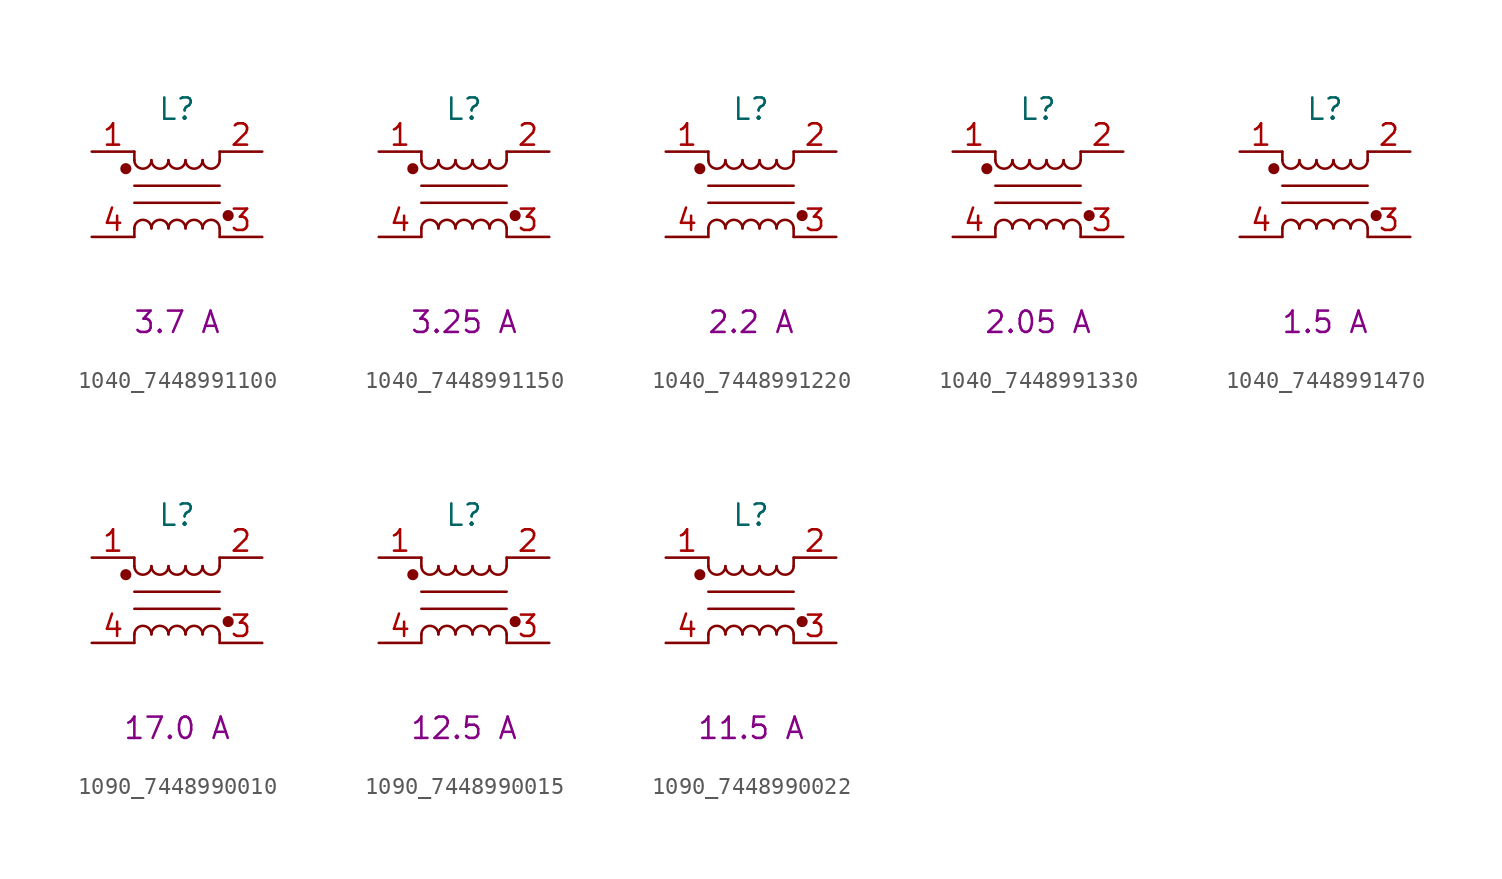
<source format=kicad_sym>
(kicad_symbol_lib
  (version 20220914)
  (generator kicad_symbol_editor)
  (symbol "1040_7448991100"
    (pin_names hide)
    (property "Reference" "L"
      (at 0 5.08 0)
      (effects (font (size 1.27 1.27))))
    (property "Critical Parameter" "3.7 A"
      (at 0 -7.62 0)
      (effects (font (size 1.27 1.27))))
    (symbol "1040_7448991100_0_1"
      (circle (center -3.048 1.524) (radius 0.254) (stroke (width 0) (type default)) (fill (type outline)))
      (arc (start -2.54 2.032) (mid -2.032 1.5262) (end -1.524 2.032) (stroke (width 0) (type default)) (fill (type none)))
      (arc (start -1.524 -2.032) (mid -2.032 -1.5262) (end -2.54 -2.032) (stroke (width 0) (type default)) (fill (type none)))
      (arc (start -1.524 2.032) (mid -1.016 1.5262) (end -0.508 2.032) (stroke (width 0) (type default)) (fill (type none)))
      (arc (start -0.508 -2.032) (mid -1.016 -1.5262) (end -1.524 -2.032) (stroke (width 0) (type default)) (fill (type none)))
      (arc (start -0.508 2.032) (mid 0 1.5262) (end 0.508 2.032) (stroke (width 0) (type default)) (fill (type none)))
      (polyline (pts (xy -2.54 -2.032) (xy -2.54 -2.54)) (stroke (width 0) (type default)) (fill (type none)))
      (polyline (pts (xy -2.54 0.508) (xy 2.54 0.508)) (stroke (width 0) (type default)) (fill (type none)))
      (polyline (pts (xy -2.54 2.032) (xy -2.54 2.54)) (stroke (width 0) (type default)) (fill (type none)))
      (polyline (pts (xy 2.54 -2.032) (xy 2.54 -2.54)) (stroke (width 0) (type default)) (fill (type none)))
      (polyline (pts (xy 2.54 -0.508) (xy -2.54 -0.508)) (stroke (width 0) (type default)) (fill (type none)))
      (polyline (pts (xy 2.54 2.54) (xy 2.54 2.032)) (stroke (width 0) (type default)) (fill (type none)))
      (arc (start 0.508 -2.032) (mid 0 -1.5262) (end -0.508 -2.032) (stroke (width 0) (type default)) (fill (type none)))
      (arc (start 0.508 2.032) (mid 1.016 1.5262) (end 1.524 2.032) (stroke (width 0) (type default)) (fill (type none)))
      (arc (start 1.524 -2.032) (mid 1.016 -1.5262) (end 0.508 -2.032) (stroke (width 0) (type default)) (fill (type none)))
      (arc (start 1.524 2.032) (mid 2.032 1.5262) (end 2.54 2.032) (stroke (width 0) (type default)) (fill (type none)))
      (arc (start 2.54 -2.032) (mid 2.032 -1.5262) (end 1.524 -2.032) (stroke (width 0) (type default)) (fill (type none)))
      (circle (center 3.048 -1.27) (radius 0.254) (stroke (width 0) (type default)) (fill (type outline))))
    (symbol "1040_7448991100_1_1"
      (pin passive line (at -5.08 2.54 0) (length 2.54) (name "1" (effects (font (size 1.27 1.27)))) (number "1" (effects (font (size 1.27 1.27)))))
      (pin passive line (at 5.08 2.54 180) (length 2.54) (name "2" (effects (font (size 1.27 1.27)))) (number "2" (effects (font (size 1.27 1.27)))))
      (pin passive line (at 5.08 -2.54 180) (length 2.54) (name "3" (effects (font (size 1.27 1.27)))) (number "3" (effects (font (size 1.27 1.27)))))
      (pin passive line (at -5.08 -2.54 0) (length 2.54) (name "4" (effects (font (size 1.27 1.27)))) (number "4" (effects (font (size 1.27 1.27)))))))
  (symbol "1040_7448991150"
    (pin_names hide)
    (property "Reference" "L"
      (at 0 5.08 0)
      (effects (font (size 1.27 1.27))))
    (property "Critical Parameter" "3.25 A"
      (at 0 -7.62 0)
      (effects (font (size 1.27 1.27))))
    (symbol "1040_7448991150_0_1"
      (circle (center -3.048 1.524) (radius 0.254) (stroke (width 0) (type default)) (fill (type outline)))
      (arc (start -2.54 2.032) (mid -2.032 1.5262) (end -1.524 2.032) (stroke (width 0) (type default)) (fill (type none)))
      (arc (start -1.524 -2.032) (mid -2.032 -1.5262) (end -2.54 -2.032) (stroke (width 0) (type default)) (fill (type none)))
      (arc (start -1.524 2.032) (mid -1.016 1.5262) (end -0.508 2.032) (stroke (width 0) (type default)) (fill (type none)))
      (arc (start -0.508 -2.032) (mid -1.016 -1.5262) (end -1.524 -2.032) (stroke (width 0) (type default)) (fill (type none)))
      (arc (start -0.508 2.032) (mid 0 1.5262) (end 0.508 2.032) (stroke (width 0) (type default)) (fill (type none)))
      (polyline (pts (xy -2.54 -2.032) (xy -2.54 -2.54)) (stroke (width 0) (type default)) (fill (type none)))
      (polyline (pts (xy -2.54 0.508) (xy 2.54 0.508)) (stroke (width 0) (type default)) (fill (type none)))
      (polyline (pts (xy -2.54 2.032) (xy -2.54 2.54)) (stroke (width 0) (type default)) (fill (type none)))
      (polyline (pts (xy 2.54 -2.032) (xy 2.54 -2.54)) (stroke (width 0) (type default)) (fill (type none)))
      (polyline (pts (xy 2.54 -0.508) (xy -2.54 -0.508)) (stroke (width 0) (type default)) (fill (type none)))
      (polyline (pts (xy 2.54 2.54) (xy 2.54 2.032)) (stroke (width 0) (type default)) (fill (type none)))
      (arc (start 0.508 -2.032) (mid 0 -1.5262) (end -0.508 -2.032) (stroke (width 0) (type default)) (fill (type none)))
      (arc (start 0.508 2.032) (mid 1.016 1.5262) (end 1.524 2.032) (stroke (width 0) (type default)) (fill (type none)))
      (arc (start 1.524 -2.032) (mid 1.016 -1.5262) (end 0.508 -2.032) (stroke (width 0) (type default)) (fill (type none)))
      (arc (start 1.524 2.032) (mid 2.032 1.5262) (end 2.54 2.032) (stroke (width 0) (type default)) (fill (type none)))
      (arc (start 2.54 -2.032) (mid 2.032 -1.5262) (end 1.524 -2.032) (stroke (width 0) (type default)) (fill (type none)))
      (circle (center 3.048 -1.27) (radius 0.254) (stroke (width 0) (type default)) (fill (type outline))))
    (symbol "1040_7448991150_1_1"
      (pin passive line (at -5.08 2.54 0) (length 2.54) (name "1" (effects (font (size 1.27 1.27)))) (number "1" (effects (font (size 1.27 1.27)))))
      (pin passive line (at 5.08 2.54 180) (length 2.54) (name "2" (effects (font (size 1.27 1.27)))) (number "2" (effects (font (size 1.27 1.27)))))
      (pin passive line (at 5.08 -2.54 180) (length 2.54) (name "3" (effects (font (size 1.27 1.27)))) (number "3" (effects (font (size 1.27 1.27)))))
      (pin passive line (at -5.08 -2.54 0) (length 2.54) (name "4" (effects (font (size 1.27 1.27)))) (number "4" (effects (font (size 1.27 1.27)))))))
  (symbol "1040_7448991220"
    (pin_names hide)
    (property "Reference" "L"
      (at 0 5.08 0)
      (effects (font (size 1.27 1.27))))
    (property "Critical Parameter" "2.2 A"
      (at 0 -7.62 0)
      (effects (font (size 1.27 1.27))))
    (symbol "1040_7448991220_0_1"
      (circle (center -3.048 1.524) (radius 0.254) (stroke (width 0) (type default)) (fill (type outline)))
      (arc (start -2.54 2.032) (mid -2.032 1.5262) (end -1.524 2.032) (stroke (width 0) (type default)) (fill (type none)))
      (arc (start -1.524 -2.032) (mid -2.032 -1.5262) (end -2.54 -2.032) (stroke (width 0) (type default)) (fill (type none)))
      (arc (start -1.524 2.032) (mid -1.016 1.5262) (end -0.508 2.032) (stroke (width 0) (type default)) (fill (type none)))
      (arc (start -0.508 -2.032) (mid -1.016 -1.5262) (end -1.524 -2.032) (stroke (width 0) (type default)) (fill (type none)))
      (arc (start -0.508 2.032) (mid 0 1.5262) (end 0.508 2.032) (stroke (width 0) (type default)) (fill (type none)))
      (polyline (pts (xy -2.54 -2.032) (xy -2.54 -2.54)) (stroke (width 0) (type default)) (fill (type none)))
      (polyline (pts (xy -2.54 0.508) (xy 2.54 0.508)) (stroke (width 0) (type default)) (fill (type none)))
      (polyline (pts (xy -2.54 2.032) (xy -2.54 2.54)) (stroke (width 0) (type default)) (fill (type none)))
      (polyline (pts (xy 2.54 -2.032) (xy 2.54 -2.54)) (stroke (width 0) (type default)) (fill (type none)))
      (polyline (pts (xy 2.54 -0.508) (xy -2.54 -0.508)) (stroke (width 0) (type default)) (fill (type none)))
      (polyline (pts (xy 2.54 2.54) (xy 2.54 2.032)) (stroke (width 0) (type default)) (fill (type none)))
      (arc (start 0.508 -2.032) (mid 0 -1.5262) (end -0.508 -2.032) (stroke (width 0) (type default)) (fill (type none)))
      (arc (start 0.508 2.032) (mid 1.016 1.5262) (end 1.524 2.032) (stroke (width 0) (type default)) (fill (type none)))
      (arc (start 1.524 -2.032) (mid 1.016 -1.5262) (end 0.508 -2.032) (stroke (width 0) (type default)) (fill (type none)))
      (arc (start 1.524 2.032) (mid 2.032 1.5262) (end 2.54 2.032) (stroke (width 0) (type default)) (fill (type none)))
      (arc (start 2.54 -2.032) (mid 2.032 -1.5262) (end 1.524 -2.032) (stroke (width 0) (type default)) (fill (type none)))
      (circle (center 3.048 -1.27) (radius 0.254) (stroke (width 0) (type default)) (fill (type outline))))
    (symbol "1040_7448991220_1_1"
      (pin passive line (at -5.08 2.54 0) (length 2.54) (name "1" (effects (font (size 1.27 1.27)))) (number "1" (effects (font (size 1.27 1.27)))))
      (pin passive line (at 5.08 2.54 180) (length 2.54) (name "2" (effects (font (size 1.27 1.27)))) (number "2" (effects (font (size 1.27 1.27)))))
      (pin passive line (at 5.08 -2.54 180) (length 2.54) (name "3" (effects (font (size 1.27 1.27)))) (number "3" (effects (font (size 1.27 1.27)))))
      (pin passive line (at -5.08 -2.54 0) (length 2.54) (name "4" (effects (font (size 1.27 1.27)))) (number "4" (effects (font (size 1.27 1.27)))))))
  (symbol "1040_7448991330"
    (pin_names hide)
    (property "Reference" "L"
      (at 0 5.08 0)
      (effects (font (size 1.27 1.27))))
    (property "Critical Parameter" "2.05 A"
      (at 0 -7.62 0)
      (effects (font (size 1.27 1.27))))
    (symbol "1040_7448991330_0_1"
      (circle (center -3.048 1.524) (radius 0.254) (stroke (width 0) (type default)) (fill (type outline)))
      (arc (start -2.54 2.032) (mid -2.032 1.5262) (end -1.524 2.032) (stroke (width 0) (type default)) (fill (type none)))
      (arc (start -1.524 -2.032) (mid -2.032 -1.5262) (end -2.54 -2.032) (stroke (width 0) (type default)) (fill (type none)))
      (arc (start -1.524 2.032) (mid -1.016 1.5262) (end -0.508 2.032) (stroke (width 0) (type default)) (fill (type none)))
      (arc (start -0.508 -2.032) (mid -1.016 -1.5262) (end -1.524 -2.032) (stroke (width 0) (type default)) (fill (type none)))
      (arc (start -0.508 2.032) (mid 0 1.5262) (end 0.508 2.032) (stroke (width 0) (type default)) (fill (type none)))
      (polyline (pts (xy -2.54 -2.032) (xy -2.54 -2.54)) (stroke (width 0) (type default)) (fill (type none)))
      (polyline (pts (xy -2.54 0.508) (xy 2.54 0.508)) (stroke (width 0) (type default)) (fill (type none)))
      (polyline (pts (xy -2.54 2.032) (xy -2.54 2.54)) (stroke (width 0) (type default)) (fill (type none)))
      (polyline (pts (xy 2.54 -2.032) (xy 2.54 -2.54)) (stroke (width 0) (type default)) (fill (type none)))
      (polyline (pts (xy 2.54 -0.508) (xy -2.54 -0.508)) (stroke (width 0) (type default)) (fill (type none)))
      (polyline (pts (xy 2.54 2.54) (xy 2.54 2.032)) (stroke (width 0) (type default)) (fill (type none)))
      (arc (start 0.508 -2.032) (mid 0 -1.5262) (end -0.508 -2.032) (stroke (width 0) (type default)) (fill (type none)))
      (arc (start 0.508 2.032) (mid 1.016 1.5262) (end 1.524 2.032) (stroke (width 0) (type default)) (fill (type none)))
      (arc (start 1.524 -2.032) (mid 1.016 -1.5262) (end 0.508 -2.032) (stroke (width 0) (type default)) (fill (type none)))
      (arc (start 1.524 2.032) (mid 2.032 1.5262) (end 2.54 2.032) (stroke (width 0) (type default)) (fill (type none)))
      (arc (start 2.54 -2.032) (mid 2.032 -1.5262) (end 1.524 -2.032) (stroke (width 0) (type default)) (fill (type none)))
      (circle (center 3.048 -1.27) (radius 0.254) (stroke (width 0) (type default)) (fill (type outline))))
    (symbol "1040_7448991330_1_1"
      (pin passive line (at -5.08 2.54 0) (length 2.54) (name "1" (effects (font (size 1.27 1.27)))) (number "1" (effects (font (size 1.27 1.27)))))
      (pin passive line (at 5.08 2.54 180) (length 2.54) (name "2" (effects (font (size 1.27 1.27)))) (number "2" (effects (font (size 1.27 1.27)))))
      (pin passive line (at 5.08 -2.54 180) (length 2.54) (name "3" (effects (font (size 1.27 1.27)))) (number "3" (effects (font (size 1.27 1.27)))))
      (pin passive line (at -5.08 -2.54 0) (length 2.54) (name "4" (effects (font (size 1.27 1.27)))) (number "4" (effects (font (size 1.27 1.27)))))))
  (symbol "1040_7448991470"
    (pin_names hide)
    (property "Reference" "L"
      (at 0 5.08 0)
      (effects (font (size 1.27 1.27))))
    (property "Critical Parameter" "1.5 A"
      (at 0 -7.62 0)
      (effects (font (size 1.27 1.27))))
    (symbol "1040_7448991470_0_1"
      (circle (center -3.048 1.524) (radius 0.254) (stroke (width 0) (type default)) (fill (type outline)))
      (arc (start -2.54 2.032) (mid -2.032 1.5262) (end -1.524 2.032) (stroke (width 0) (type default)) (fill (type none)))
      (arc (start -1.524 -2.032) (mid -2.032 -1.5262) (end -2.54 -2.032) (stroke (width 0) (type default)) (fill (type none)))
      (arc (start -1.524 2.032) (mid -1.016 1.5262) (end -0.508 2.032) (stroke (width 0) (type default)) (fill (type none)))
      (arc (start -0.508 -2.032) (mid -1.016 -1.5262) (end -1.524 -2.032) (stroke (width 0) (type default)) (fill (type none)))
      (arc (start -0.508 2.032) (mid 0 1.5262) (end 0.508 2.032) (stroke (width 0) (type default)) (fill (type none)))
      (polyline (pts (xy -2.54 -2.032) (xy -2.54 -2.54)) (stroke (width 0) (type default)) (fill (type none)))
      (polyline (pts (xy -2.54 0.508) (xy 2.54 0.508)) (stroke (width 0) (type default)) (fill (type none)))
      (polyline (pts (xy -2.54 2.032) (xy -2.54 2.54)) (stroke (width 0) (type default)) (fill (type none)))
      (polyline (pts (xy 2.54 -2.032) (xy 2.54 -2.54)) (stroke (width 0) (type default)) (fill (type none)))
      (polyline (pts (xy 2.54 -0.508) (xy -2.54 -0.508)) (stroke (width 0) (type default)) (fill (type none)))
      (polyline (pts (xy 2.54 2.54) (xy 2.54 2.032)) (stroke (width 0) (type default)) (fill (type none)))
      (arc (start 0.508 -2.032) (mid 0 -1.5262) (end -0.508 -2.032) (stroke (width 0) (type default)) (fill (type none)))
      (arc (start 0.508 2.032) (mid 1.016 1.5262) (end 1.524 2.032) (stroke (width 0) (type default)) (fill (type none)))
      (arc (start 1.524 -2.032) (mid 1.016 -1.5262) (end 0.508 -2.032) (stroke (width 0) (type default)) (fill (type none)))
      (arc (start 1.524 2.032) (mid 2.032 1.5262) (end 2.54 2.032) (stroke (width 0) (type default)) (fill (type none)))
      (arc (start 2.54 -2.032) (mid 2.032 -1.5262) (end 1.524 -2.032) (stroke (width 0) (type default)) (fill (type none)))
      (circle (center 3.048 -1.27) (radius 0.254) (stroke (width 0) (type default)) (fill (type outline))))
    (symbol "1040_7448991470_1_1"
      (pin passive line (at -5.08 2.54 0) (length 2.54) (name "1" (effects (font (size 1.27 1.27)))) (number "1" (effects (font (size 1.27 1.27)))))
      (pin passive line (at 5.08 2.54 180) (length 2.54) (name "2" (effects (font (size 1.27 1.27)))) (number "2" (effects (font (size 1.27 1.27)))))
      (pin passive line (at 5.08 -2.54 180) (length 2.54) (name "3" (effects (font (size 1.27 1.27)))) (number "3" (effects (font (size 1.27 1.27)))))
      (pin passive line (at -5.08 -2.54 0) (length 2.54) (name "4" (effects (font (size 1.27 1.27)))) (number "4" (effects (font (size 1.27 1.27)))))))
  (symbol "1090_7448990010"
    (pin_names hide)
    (property "Reference" "L"
      (at 0 5.08 0)
      (effects (font (size 1.27 1.27))))
    (property "Critical Parameter" "17.0 A"
      (at 0 -7.62 0)
      (effects (font (size 1.27 1.27))))
    (symbol "1090_7448990010_0_1"
      (circle (center -3.048 1.524) (radius 0.254) (stroke (width 0) (type default)) (fill (type outline)))
      (arc (start -2.54 2.032) (mid -2.032 1.5262) (end -1.524 2.032) (stroke (width 0) (type default)) (fill (type none)))
      (arc (start -1.524 -2.032) (mid -2.032 -1.5262) (end -2.54 -2.032) (stroke (width 0) (type default)) (fill (type none)))
      (arc (start -1.524 2.032) (mid -1.016 1.5262) (end -0.508 2.032) (stroke (width 0) (type default)) (fill (type none)))
      (arc (start -0.508 -2.032) (mid -1.016 -1.5262) (end -1.524 -2.032) (stroke (width 0) (type default)) (fill (type none)))
      (arc (start -0.508 2.032) (mid 0 1.5262) (end 0.508 2.032) (stroke (width 0) (type default)) (fill (type none)))
      (polyline (pts (xy -2.54 -2.032) (xy -2.54 -2.54)) (stroke (width 0) (type default)) (fill (type none)))
      (polyline (pts (xy -2.54 0.508) (xy 2.54 0.508)) (stroke (width 0) (type default)) (fill (type none)))
      (polyline (pts (xy -2.54 2.032) (xy -2.54 2.54)) (stroke (width 0) (type default)) (fill (type none)))
      (polyline (pts (xy 2.54 -2.032) (xy 2.54 -2.54)) (stroke (width 0) (type default)) (fill (type none)))
      (polyline (pts (xy 2.54 -0.508) (xy -2.54 -0.508)) (stroke (width 0) (type default)) (fill (type none)))
      (polyline (pts (xy 2.54 2.54) (xy 2.54 2.032)) (stroke (width 0) (type default)) (fill (type none)))
      (arc (start 0.508 -2.032) (mid 0 -1.5262) (end -0.508 -2.032) (stroke (width 0) (type default)) (fill (type none)))
      (arc (start 0.508 2.032) (mid 1.016 1.5262) (end 1.524 2.032) (stroke (width 0) (type default)) (fill (type none)))
      (arc (start 1.524 -2.032) (mid 1.016 -1.5262) (end 0.508 -2.032) (stroke (width 0) (type default)) (fill (type none)))
      (arc (start 1.524 2.032) (mid 2.032 1.5262) (end 2.54 2.032) (stroke (width 0) (type default)) (fill (type none)))
      (arc (start 2.54 -2.032) (mid 2.032 -1.5262) (end 1.524 -2.032) (stroke (width 0) (type default)) (fill (type none)))
      (circle (center 3.048 -1.27) (radius 0.254) (stroke (width 0) (type default)) (fill (type outline))))
    (symbol "1090_7448990010_1_1"
      (pin passive line (at -5.08 2.54 0) (length 2.54) (name "1" (effects (font (size 1.27 1.27)))) (number "1" (effects (font (size 1.27 1.27)))))
      (pin passive line (at 5.08 2.54 180) (length 2.54) (name "2" (effects (font (size 1.27 1.27)))) (number "2" (effects (font (size 1.27 1.27)))))
      (pin passive line (at 5.08 -2.54 180) (length 2.54) (name "3" (effects (font (size 1.27 1.27)))) (number "3" (effects (font (size 1.27 1.27)))))
      (pin passive line (at -5.08 -2.54 0) (length 2.54) (name "4" (effects (font (size 1.27 1.27)))) (number "4" (effects (font (size 1.27 1.27)))))))
  (symbol "1090_7448990015"
    (pin_names hide)
    (property "Reference" "L"
      (at 0 5.08 0)
      (effects (font (size 1.27 1.27))))
    (property "Critical Parameter" "12.5 A"
      (at 0 -7.62 0)
      (effects (font (size 1.27 1.27))))
    (symbol "1090_7448990015_0_1"
      (circle (center -3.048 1.524) (radius 0.254) (stroke (width 0) (type default)) (fill (type outline)))
      (arc (start -2.54 2.032) (mid -2.032 1.5262) (end -1.524 2.032) (stroke (width 0) (type default)) (fill (type none)))
      (arc (start -1.524 -2.032) (mid -2.032 -1.5262) (end -2.54 -2.032) (stroke (width 0) (type default)) (fill (type none)))
      (arc (start -1.524 2.032) (mid -1.016 1.5262) (end -0.508 2.032) (stroke (width 0) (type default)) (fill (type none)))
      (arc (start -0.508 -2.032) (mid -1.016 -1.5262) (end -1.524 -2.032) (stroke (width 0) (type default)) (fill (type none)))
      (arc (start -0.508 2.032) (mid 0 1.5262) (end 0.508 2.032) (stroke (width 0) (type default)) (fill (type none)))
      (polyline (pts (xy -2.54 -2.032) (xy -2.54 -2.54)) (stroke (width 0) (type default)) (fill (type none)))
      (polyline (pts (xy -2.54 0.508) (xy 2.54 0.508)) (stroke (width 0) (type default)) (fill (type none)))
      (polyline (pts (xy -2.54 2.032) (xy -2.54 2.54)) (stroke (width 0) (type default)) (fill (type none)))
      (polyline (pts (xy 2.54 -2.032) (xy 2.54 -2.54)) (stroke (width 0) (type default)) (fill (type none)))
      (polyline (pts (xy 2.54 -0.508) (xy -2.54 -0.508)) (stroke (width 0) (type default)) (fill (type none)))
      (polyline (pts (xy 2.54 2.54) (xy 2.54 2.032)) (stroke (width 0) (type default)) (fill (type none)))
      (arc (start 0.508 -2.032) (mid 0 -1.5262) (end -0.508 -2.032) (stroke (width 0) (type default)) (fill (type none)))
      (arc (start 0.508 2.032) (mid 1.016 1.5262) (end 1.524 2.032) (stroke (width 0) (type default)) (fill (type none)))
      (arc (start 1.524 -2.032) (mid 1.016 -1.5262) (end 0.508 -2.032) (stroke (width 0) (type default)) (fill (type none)))
      (arc (start 1.524 2.032) (mid 2.032 1.5262) (end 2.54 2.032) (stroke (width 0) (type default)) (fill (type none)))
      (arc (start 2.54 -2.032) (mid 2.032 -1.5262) (end 1.524 -2.032) (stroke (width 0) (type default)) (fill (type none)))
      (circle (center 3.048 -1.27) (radius 0.254) (stroke (width 0) (type default)) (fill (type outline))))
    (symbol "1090_7448990015_1_1"
      (pin passive line (at -5.08 2.54 0) (length 2.54) (name "1" (effects (font (size 1.27 1.27)))) (number "1" (effects (font (size 1.27 1.27)))))
      (pin passive line (at 5.08 2.54 180) (length 2.54) (name "2" (effects (font (size 1.27 1.27)))) (number "2" (effects (font (size 1.27 1.27)))))
      (pin passive line (at 5.08 -2.54 180) (length 2.54) (name "3" (effects (font (size 1.27 1.27)))) (number "3" (effects (font (size 1.27 1.27)))))
      (pin passive line (at -5.08 -2.54 0) (length 2.54) (name "4" (effects (font (size 1.27 1.27)))) (number "4" (effects (font (size 1.27 1.27)))))))
  (symbol "1090_7448990022"
    (pin_names hide)
    (property "Reference" "L"
      (at 0 5.08 0)
      (effects (font (size 1.27 1.27))))
    (property "Critical Parameter" "11.5 A"
      (at 0 -7.62 0)
      (effects (font (size 1.27 1.27))))
    (symbol "1090_7448990022_0_1"
      (circle (center -3.048 1.524) (radius 0.254) (stroke (width 0) (type default)) (fill (type outline)))
      (arc (start -2.54 2.032) (mid -2.032 1.5262) (end -1.524 2.032) (stroke (width 0) (type default)) (fill (type none)))
      (arc (start -1.524 -2.032) (mid -2.032 -1.5262) (end -2.54 -2.032) (stroke (width 0) (type default)) (fill (type none)))
      (arc (start -1.524 2.032) (mid -1.016 1.5262) (end -0.508 2.032) (stroke (width 0) (type default)) (fill (type none)))
      (arc (start -0.508 -2.032) (mid -1.016 -1.5262) (end -1.524 -2.032) (stroke (width 0) (type default)) (fill (type none)))
      (arc (start -0.508 2.032) (mid 0 1.5262) (end 0.508 2.032) (stroke (width 0) (type default)) (fill (type none)))
      (polyline (pts (xy -2.54 -2.032) (xy -2.54 -2.54)) (stroke (width 0) (type default)) (fill (type none)))
      (polyline (pts (xy -2.54 0.508) (xy 2.54 0.508)) (stroke (width 0) (type default)) (fill (type none)))
      (polyline (pts (xy -2.54 2.032) (xy -2.54 2.54)) (stroke (width 0) (type default)) (fill (type none)))
      (polyline (pts (xy 2.54 -2.032) (xy 2.54 -2.54)) (stroke (width 0) (type default)) (fill (type none)))
      (polyline (pts (xy 2.54 -0.508) (xy -2.54 -0.508)) (stroke (width 0) (type default)) (fill (type none)))
      (polyline (pts (xy 2.54 2.54) (xy 2.54 2.032)) (stroke (width 0) (type default)) (fill (type none)))
      (arc (start 0.508 -2.032) (mid 0 -1.5262) (end -0.508 -2.032) (stroke (width 0) (type default)) (fill (type none)))
      (arc (start 0.508 2.032) (mid 1.016 1.5262) (end 1.524 2.032) (stroke (width 0) (type default)) (fill (type none)))
      (arc (start 1.524 -2.032) (mid 1.016 -1.5262) (end 0.508 -2.032) (stroke (width 0) (type default)) (fill (type none)))
      (arc (start 1.524 2.032) (mid 2.032 1.5262) (end 2.54 2.032) (stroke (width 0) (type default)) (fill (type none)))
      (arc (start 2.54 -2.032) (mid 2.032 -1.5262) (end 1.524 -2.032) (stroke (width 0) (type default)) (fill (type none)))
      (circle (center 3.048 -1.27) (radius 0.254) (stroke (width 0) (type default)) (fill (type outline))))
    (symbol "1090_7448990022_1_1"
      (pin passive line (at -5.08 2.54 0) (length 2.54) (name "1" (effects (font (size 1.27 1.27)))) (number "1" (effects (font (size 1.27 1.27)))))
      (pin passive line (at 5.08 2.54 180) (length 2.54) (name "2" (effects (font (size 1.27 1.27)))) (number "2" (effects (font (size 1.27 1.27)))))
      (pin passive line (at 5.08 -2.54 180) (length 2.54) (name "3" (effects (font (size 1.27 1.27)))) (number "3" (effects (font (size 1.27 1.27)))))
      (pin passive line (at -5.08 -2.54 0) (length 2.54) (name "4" (effects (font (size 1.27 1.27)))) (number "4" (effects (font (size 1.27 1.27))))))))
</source>
